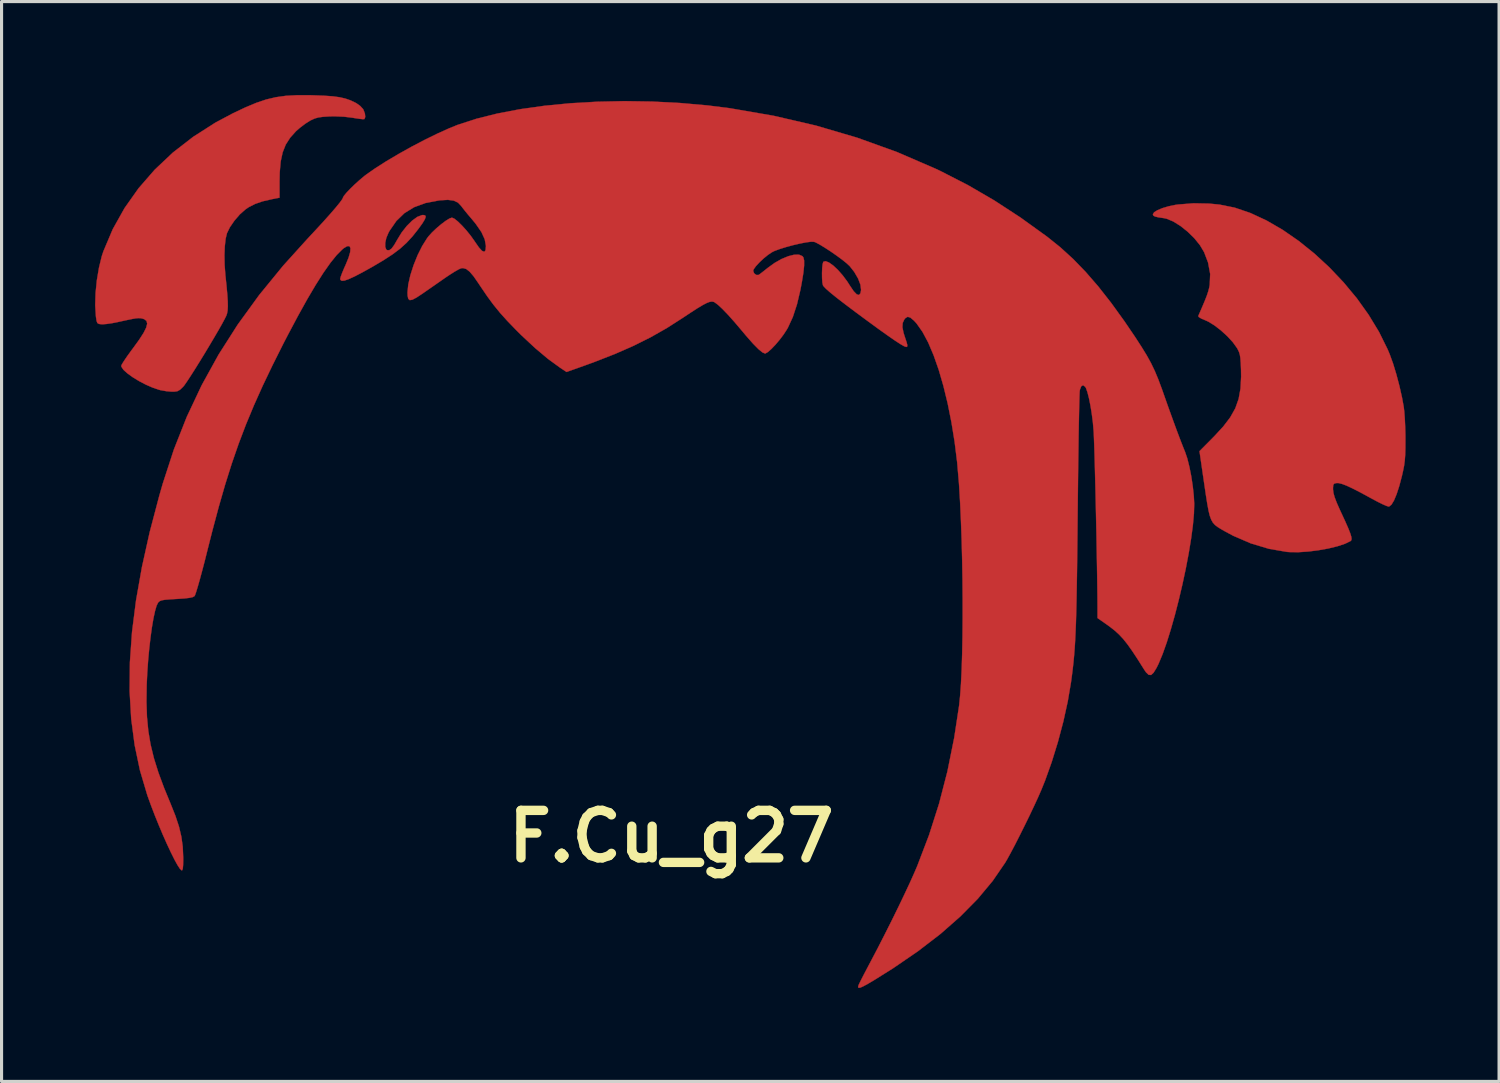
<source format=kicad_pcb>
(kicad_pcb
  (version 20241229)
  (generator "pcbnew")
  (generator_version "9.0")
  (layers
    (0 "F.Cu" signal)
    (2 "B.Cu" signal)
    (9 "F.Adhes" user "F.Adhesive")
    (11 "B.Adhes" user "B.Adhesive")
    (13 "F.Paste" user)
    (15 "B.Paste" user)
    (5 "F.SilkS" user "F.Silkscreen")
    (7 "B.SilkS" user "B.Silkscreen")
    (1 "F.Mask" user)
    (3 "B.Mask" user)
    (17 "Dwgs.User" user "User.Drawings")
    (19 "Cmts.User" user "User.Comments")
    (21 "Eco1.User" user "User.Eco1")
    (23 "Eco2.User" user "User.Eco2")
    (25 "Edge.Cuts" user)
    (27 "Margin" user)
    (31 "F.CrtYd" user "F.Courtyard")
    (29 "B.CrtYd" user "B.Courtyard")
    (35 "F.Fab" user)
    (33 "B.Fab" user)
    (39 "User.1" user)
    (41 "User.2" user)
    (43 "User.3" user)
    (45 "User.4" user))
  (footprint "F.Cu_g27"
    (layer "F.Cu")
    (at 18.493 23.788)
    (property "Reference" "F.Cu_g27" (at 0 0 0) (layer "F.SilkS") (effects (font (size 1.524 1.524) (thickness 0.3))))
    (attr through_hole)
    (fp_poly (pts (xy -11.598 -23.783) (xy -11.498 -23.78) (xy -11.152 -23.767) (xy -10.874 -23.748) (xy -10.65 -23.718) (xy -10.464 -23.676) (xy -10.299 -23.619) (xy -10.141 -23.544) (xy -10.103 -23.523) (xy -9.986 -23.439) (xy -9.896 -23.342) (xy -9.881 -23.318) (xy -9.834 -23.194) (xy -9.823 -23.085) (xy -9.849 -23.019) (xy -9.853 -23.016) (xy -9.907 -23.014) (xy -10.022 -23.027) (xy -10.176 -23.05) (xy -10.223 -23.059) (xy -10.502 -23.093) (xy -10.814 -23.106) (xy -10.967 -23.103) (xy -11.173 -23.09) (xy -11.323 -23.07) (xy -11.443 -23.036) (xy -11.563 -22.982) (xy -11.6 -22.962) (xy -11.754 -22.864) (xy -11.924 -22.734) (xy -12.047 -22.626) (xy -12.233 -22.418) (xy -12.374 -22.198) (xy -12.473 -21.949) (xy -12.536 -21.658) (xy -12.567 -21.311) (xy -12.573 -21.034) (xy -12.573 -20.495) (xy -12.816 -20.447) (xy -13.12 -20.377) (xy -13.361 -20.293) (xy -13.563 -20.189) (xy -13.667 -20.118) (xy -13.849 -19.957) (xy -14.023 -19.755) (xy -14.169 -19.541) (xy -14.26 -19.355) (xy -14.303 -19.176) (xy -14.33 -18.933) (xy -14.341 -18.645) (xy -14.335 -18.333) (xy -14.311 -18.015) (xy -14.311 -18.013) (xy -14.274 -17.662) (xy -14.249 -17.385) (xy -14.235 -17.169) (xy -14.232 -17.004) (xy -14.239 -16.879) (xy -14.256 -16.783) (xy -14.279 -16.713) (xy -14.332 -16.606) (xy -14.42 -16.442) (xy -14.537 -16.236) (xy -14.676 -15.998) (xy -14.829 -15.741) (xy -14.988 -15.476) (xy -15.147 -15.217) (xy -15.298 -14.975) (xy -15.434 -14.762) (xy -15.547 -14.59) (xy -15.63 -14.471) (xy -15.666 -14.428) (xy -15.767 -14.331) (xy -15.853 -14.284) (xy -15.962 -14.27) (xy -16.027 -14.27) (xy -16.204 -14.285) (xy -16.391 -14.318) (xy -16.437 -14.33) (xy -16.647 -14.401) (xy -16.868 -14.498) (xy -17.085 -14.612) (xy -17.286 -14.735) (xy -17.456 -14.858) (xy -17.581 -14.971) (xy -17.646 -15.067) (xy -17.653 -15.099) (xy -17.629 -15.153) (xy -17.561 -15.261) (xy -17.461 -15.409) (xy -17.335 -15.583) (xy -17.277 -15.661) (xy -17.078 -15.935) (xy -16.937 -16.154) (xy -16.852 -16.324) (xy -16.82 -16.45) (xy -16.841 -16.539) (xy -16.912 -16.595) (xy -16.979 -16.617) (xy -17.037 -16.627) (xy -17.098 -16.63) (xy -17.177 -16.624) (xy -17.288 -16.605) (xy -17.446 -16.573) (xy -17.667 -16.525) (xy -17.761 -16.504) (xy -17.95 -16.467) (xy -18.124 -16.442) (xy -18.256 -16.432) (xy -18.29 -16.433) (xy -18.371 -16.444) (xy -18.418 -16.472) (xy -18.444 -16.539) (xy -18.463 -16.664) (xy -18.467 -16.701) (xy -18.488 -17.044) (xy -18.476 -17.435) (xy -18.435 -17.846) (xy -18.367 -18.249) (xy -18.278 -18.615) (xy -18.225 -18.775) (xy -17.924 -19.486) (xy -17.546 -20.161) (xy -17.096 -20.798) (xy -16.577 -21.394) (xy -15.992 -21.946) (xy -15.342 -22.449) (xy -14.633 -22.902) (xy -14.076 -23.199) (xy -13.675 -23.389) (xy -13.324 -23.536) (xy -13.002 -23.645) (xy -12.688 -23.719) (xy -12.364 -23.764) (xy -12.007 -23.783) (xy -11.598 -23.783)) (stroke (width 0.01) (type solid)) (fill yes) (layer "F.Cu"))
    (fp_poly (pts (xy 17.255 -20.305) (xy 17.588 -20.273) (xy 18.076 -20.175) (xy 18.581 -20.003) (xy 19.098 -19.763) (xy 19.617 -19.462) (xy 20.131 -19.106) (xy 20.634 -18.702) (xy 21.117 -18.256) (xy 21.573 -17.775) (xy 21.996 -17.266) (xy 22.376 -16.734) (xy 22.708 -16.187) (xy 22.983 -15.63) (xy 23.051 -15.469) (xy 23.157 -15.177) (xy 23.263 -14.829) (xy 23.362 -14.454) (xy 23.446 -14.081) (xy 23.501 -13.78) (xy 23.52 -13.616) (xy 23.536 -13.392) (xy 23.548 -13.133) (xy 23.555 -12.863) (xy 23.555 -12.742) (xy 23.554 -12.461) (xy 23.548 -12.241) (xy 23.534 -12.06) (xy 23.512 -11.892) (xy 23.477 -11.716) (xy 23.443 -11.567) (xy 23.359 -11.247) (xy 23.273 -10.982) (xy 23.188 -10.778) (xy 23.107 -10.644) (xy 23.033 -10.585) (xy 23.018 -10.583) (xy 22.95 -10.603) (xy 22.826 -10.657) (xy 22.662 -10.738) (xy 22.475 -10.838) (xy 22.44 -10.857) (xy 22.122 -11.03) (xy 21.867 -11.161) (xy 21.668 -11.254) (xy 21.517 -11.311) (xy 21.406 -11.337) (xy 21.347 -11.338) (xy 21.275 -11.322) (xy 21.241 -11.281) (xy 21.232 -11.191) (xy 21.232 -11.132) (xy 21.245 -11.022) (xy 21.283 -10.885) (xy 21.351 -10.705) (xy 21.455 -10.47) (xy 21.492 -10.391) (xy 21.624 -10.106) (xy 21.721 -9.886) (xy 21.785 -9.724) (xy 21.819 -9.611) (xy 21.827 -9.536) (xy 21.811 -9.491) (xy 21.796 -9.478) (xy 21.617 -9.39) (xy 21.372 -9.309) (xy 21.081 -9.238) (xy 20.763 -9.181) (xy 20.438 -9.14) (xy 20.124 -9.119) (xy 19.842 -9.122) (xy 19.748 -9.129) (xy 19.174 -9.228) (xy 18.594 -9.402) (xy 18.029 -9.646) (xy 17.771 -9.784) (xy 17.637 -9.861) (xy 17.53 -9.927) (xy 17.444 -9.993) (xy 17.376 -10.069) (xy 17.322 -10.166) (xy 17.276 -10.292) (xy 17.236 -10.459) (xy 17.196 -10.677) (xy 17.152 -10.955) (xy 17.101 -11.303) (xy 17.084 -11.419) (xy 16.947 -12.361) (xy 17.419 -12.837) (xy 17.71 -13.152) (xy 17.934 -13.446) (xy 18.096 -13.735) (xy 18.203 -14.037) (xy 18.263 -14.37) (xy 18.283 -14.75) (xy 18.28 -14.967) (xy 18.271 -15.19) (xy 18.259 -15.349) (xy 18.24 -15.464) (xy 18.21 -15.556) (xy 18.166 -15.644) (xy 18.15 -15.671) (xy 18.019 -15.854) (xy 17.84 -16.049) (xy 17.634 -16.237) (xy 17.422 -16.4) (xy 17.225 -16.52) (xy 17.14 -16.558) (xy 17.009 -16.613) (xy 16.926 -16.664) (xy 16.907 -16.696) (xy 17.028 -16.973) (xy 17.118 -17.187) (xy 17.183 -17.353) (xy 17.227 -17.486) (xy 17.257 -17.6) (xy 17.275 -17.696) (xy 17.29 -18.048) (xy 17.222 -18.414) (xy 17.094 -18.749) (xy 16.961 -18.972) (xy 16.779 -19.196) (xy 16.564 -19.406) (xy 16.334 -19.589) (xy 16.104 -19.732) (xy 15.891 -19.82) (xy 15.807 -19.838) (xy 15.63 -19.864) (xy 15.523 -19.889) (xy 15.469 -19.918) (xy 15.452 -19.956) (xy 15.452 -19.963) (xy 15.491 -20.026) (xy 15.598 -20.093) (xy 15.757 -20.159) (xy 15.951 -20.217) (xy 16.164 -20.262) (xy 16.255 -20.275) (xy 16.758 -20.315) (xy 17.255 -20.305)) (stroke (width 0.01) (type solid)) (fill yes) (layer "F.Cu"))
    (fp_poly (pts (xy -0.613 -23.579) (xy 0.278 -23.533) (xy 1.162 -23.455) (xy 1.884 -23.364) (xy 3.28 -23.123) (xy 4.64 -22.808) (xy 5.96 -22.42) (xy 7.24 -21.959) (xy 8.476 -21.425) (xy 8.657 -21.339) (xy 9.517 -20.898) (xy 10.36 -20.408) (xy 11.202 -19.859) (xy 12.057 -19.243) (xy 12.481 -18.903) (xy 12.892 -18.528) (xy 13.296 -18.111) (xy 13.7 -17.645) (xy 14.112 -17.12) (xy 14.538 -16.53) (xy 14.883 -16.022) (xy 15.089 -15.704) (xy 15.256 -15.432) (xy 15.393 -15.183) (xy 15.512 -14.935) (xy 15.624 -14.667) (xy 15.74 -14.356) (xy 15.794 -14.203) (xy 15.944 -13.777) (xy 16.089 -13.376) (xy 16.223 -13.01) (xy 16.343 -12.693) (xy 16.443 -12.438) (xy 16.484 -12.339) (xy 16.555 -12.129) (xy 16.623 -11.858) (xy 16.684 -11.55) (xy 16.732 -11.228) (xy 16.765 -10.916) (xy 16.778 -10.673) (xy 16.769 -10.36) (xy 16.735 -9.983) (xy 16.678 -9.556) (xy 16.602 -9.091) (xy 16.509 -8.601) (xy 16.402 -8.099) (xy 16.284 -7.597) (xy 16.159 -7.109) (xy 16.028 -6.646) (xy 15.896 -6.223) (xy 15.764 -5.851) (xy 15.636 -5.544) (xy 15.569 -5.408) (xy 15.475 -5.254) (xy 15.394 -5.179) (xy 15.316 -5.184) (xy 15.23 -5.267) (xy 15.169 -5.357) (xy 14.963 -5.684) (xy 14.789 -5.948) (xy 14.638 -6.161) (xy 14.5 -6.334) (xy 14.365 -6.479) (xy 14.225 -6.606) (xy 14.069 -6.728) (xy 13.976 -6.795) (xy 13.675 -7.006) (xy 13.674 -7.408) (xy 13.672 -7.678) (xy 13.668 -8.004) (xy 13.663 -8.377) (xy 13.656 -8.788) (xy 13.648 -9.226) (xy 13.64 -9.682) (xy 13.63 -10.146) (xy 13.62 -10.608) (xy 13.61 -11.058) (xy 13.599 -11.487) (xy 13.589 -11.884) (xy 13.579 -12.241) (xy 13.569 -12.546) (xy 13.56 -12.791) (xy 13.553 -12.966) (xy 13.549 -13.019) (xy 13.526 -13.285) (xy 13.491 -13.556) (xy 13.449 -13.818) (xy 13.402 -14.054) (xy 13.353 -14.247) (xy 13.306 -14.381) (xy 13.281 -14.425) (xy 13.213 -14.476) (xy 13.155 -14.447) (xy 13.112 -14.339) (xy 13.104 -14.298) (xy 13.099 -14.229) (xy 13.094 -14.083) (xy 13.088 -13.864) (xy 13.082 -13.58) (xy 13.075 -13.237) (xy 13.068 -12.842) (xy 13.062 -12.4) (xy 13.055 -11.919) (xy 13.049 -11.405) (xy 13.043 -10.864) (xy 13.038 -10.393) (xy 13.031 -9.685) (xy 13.024 -9.055) (xy 13.017 -8.497) (xy 13.009 -8.004) (xy 13.001 -7.569) (xy 12.992 -7.185) (xy 12.982 -6.846) (xy 12.97 -6.546) (xy 12.957 -6.277) (xy 12.942 -6.033) (xy 12.924 -5.808) (xy 12.904 -5.595) (xy 12.881 -5.387) (xy 12.855 -5.177) (xy 12.826 -4.96) (xy 12.822 -4.932) (xy 12.72 -4.332) (xy 12.579 -3.69) (xy 12.405 -3.034) (xy 12.207 -2.392) (xy 11.992 -1.79) (xy 11.876 -1.503) (xy 11.771 -1.262) (xy 11.64 -0.978) (xy 11.492 -0.666) (xy 11.334 -0.343) (xy 11.175 -0.024) (xy 11.023 0.275) (xy 10.884 0.538) (xy 10.768 0.749) (xy 10.71 0.847) (xy 10.312 1.427) (xy 9.835 2) (xy 9.277 2.566) (xy 8.639 3.127) (xy 7.917 3.682) (xy 7.113 4.233) (xy 6.532 4.597) (xy 6.314 4.727) (xy 6.158 4.812) (xy 6.057 4.856) (xy 6.005 4.859) (xy 5.993 4.825) (xy 6.007 4.773) (xy 6.039 4.705) (xy 6.103 4.577) (xy 6.192 4.404) (xy 6.3 4.198) (xy 6.393 4.022) (xy 6.617 3.596) (xy 6.844 3.152) (xy 7.069 2.705) (xy 7.284 2.267) (xy 7.483 1.852) (xy 7.66 1.474) (xy 7.806 1.147) (xy 7.889 0.953) (xy 8.27 -0.046) (xy 8.591 -1.052) (xy 8.858 -2.084) (xy 9.075 -3.158) (xy 9.233 -4.195) (xy 9.265 -4.507) (xy 9.293 -4.894) (xy 9.315 -5.346) (xy 9.331 -5.852) (xy 9.342 -6.404) (xy 9.347 -6.991) (xy 9.347 -7.603) (xy 9.342 -8.231) (xy 9.331 -8.865) (xy 9.315 -9.494) (xy 9.293 -10.109) (xy 9.266 -10.701) (xy 9.233 -11.259) (xy 9.227 -11.345) (xy 9.17 -12.01) (xy 9.089 -12.661) (xy 8.987 -13.289) (xy 8.867 -13.889) (xy 8.73 -14.452) (xy 8.579 -14.972) (xy 8.415 -15.439) (xy 8.241 -15.848) (xy 8.058 -16.19) (xy 7.869 -16.458) (xy 7.786 -16.549) (xy 7.671 -16.646) (xy 7.584 -16.673) (xy 7.51 -16.63) (xy 7.474 -16.585) (xy 7.423 -16.474) (xy 7.414 -16.338) (xy 7.45 -16.159) (xy 7.493 -16.023) (xy 7.546 -15.864) (xy 7.571 -15.769) (xy 7.57 -15.722) (xy 7.545 -15.706) (xy 7.532 -15.706) (xy 7.469 -15.728) (xy 7.349 -15.797) (xy 7.171 -15.913) (xy 6.933 -16.078) (xy 6.633 -16.292) (xy 6.271 -16.557) (xy 5.915 -16.82) (xy 5.577 -17.074) (xy 5.306 -17.283) (xy 5.102 -17.448) (xy 4.961 -17.572) (xy 4.882 -17.655) (xy 4.864 -17.685) (xy 4.845 -17.777) (xy 4.836 -17.916) (xy 4.834 -18.077) (xy 4.84 -18.234) (xy 4.854 -18.361) (xy 4.874 -18.434) (xy 4.878 -18.438) (xy 4.951 -18.457) (xy 5.06 -18.413) (xy 5.195 -18.317) (xy 5.344 -18.177) (xy 5.498 -18.002) (xy 5.646 -17.803) (xy 5.729 -17.673) (xy 5.85 -17.494) (xy 5.947 -17.394) (xy 6.02 -17.372) (xy 6.068 -17.429) (xy 6.088 -17.533) (xy 6.068 -17.701) (xy 5.992 -17.901) (xy 5.869 -18.113) (xy 5.724 -18.297) (xy 5.628 -18.387) (xy 5.483 -18.504) (xy 5.306 -18.634) (xy 5.115 -18.767) (xy 4.927 -18.889) (xy 4.76 -18.991) (xy 4.631 -19.059) (xy 4.577 -19.079) (xy 4.48 -19.081) (xy 4.322 -19.061) (xy 4.123 -19.022) (xy 3.904 -18.971) (xy 3.683 -18.911) (xy 3.48 -18.848) (xy 3.314 -18.787) (xy 3.234 -18.748) (xy 3.103 -18.661) (xy 2.962 -18.547) (xy 2.827 -18.42) (xy 2.715 -18.299) (xy 2.643 -18.199) (xy 2.625 -18.147) (xy 2.656 -18.067) (xy 2.725 -18.015) (xy 2.8 -18.016) (xy 2.803 -18.018) (xy 2.862 -18.06) (xy 2.964 -18.139) (xy 3.088 -18.238) (xy 3.089 -18.239) (xy 3.312 -18.4) (xy 3.536 -18.527) (xy 3.75 -18.616) (xy 3.94 -18.664) (xy 4.096 -18.666) (xy 4.205 -18.619) (xy 4.236 -18.58) (xy 4.26 -18.481) (xy 4.26 -18.317) (xy 4.236 -18.083) (xy 4.186 -17.776) (xy 4.143 -17.547) (xy 4.031 -17.072) (xy 3.899 -16.669) (xy 3.743 -16.33) (xy 3.705 -16.263) (xy 3.6 -16.102) (xy 3.474 -15.935) (xy 3.339 -15.776) (xy 3.209 -15.64) (xy 3.098 -15.542) (xy 3.018 -15.496) (xy 3.006 -15.494) (xy 2.922 -15.53) (xy 2.793 -15.636) (xy 2.618 -15.814) (xy 2.398 -16.064) (xy 2.255 -16.235) (xy 2.026 -16.505) (xy 1.818 -16.738) (xy 1.637 -16.926) (xy 1.49 -17.062) (xy 1.385 -17.139) (xy 1.363 -17.15) (xy 1.304 -17.162) (xy 1.232 -17.152) (xy 1.136 -17.117) (xy 1.008 -17.05) (xy 0.839 -16.949) (xy 0.618 -16.806) (xy 0.359 -16.634) (xy -0.149 -16.309) (xy -0.669 -16.014) (xy -1.218 -15.74) (xy -1.813 -15.479) (xy -2.469 -15.223) (xy -2.718 -15.132) (xy -3.363 -14.902) (xy -3.576 -15.043) (xy -3.959 -15.322) (xy -4.375 -15.672) (xy -4.821 -16.088) (xy -4.996 -16.263) (xy -5.267 -16.544) (xy -5.497 -16.8) (xy -5.705 -17.055) (xy -5.909 -17.332) (xy -6.128 -17.654) (xy -6.195 -17.755) (xy -6.347 -17.974) (xy -6.474 -18.122) (xy -6.584 -18.207) (xy -6.686 -18.236) (xy -6.748 -18.229) (xy -6.827 -18.194) (xy -6.955 -18.121) (xy -7.113 -18.021) (xy -7.25 -17.929) (xy -7.457 -17.785) (xy -7.685 -17.626) (xy -7.898 -17.478) (xy -7.987 -17.416) (xy -8.175 -17.292) (xy -8.307 -17.222) (xy -8.393 -17.207) (xy -8.442 -17.249) (xy -8.463 -17.348) (xy -8.467 -17.456) (xy -8.442 -17.711) (xy -8.374 -18.01) (xy -8.271 -18.33) (xy -8.142 -18.65) (xy -7.994 -18.946) (xy -7.837 -19.196) (xy -7.793 -19.253) (xy -7.681 -19.378) (xy -7.54 -19.512) (xy -7.388 -19.641) (xy -7.243 -19.75) (xy -7.122 -19.825) (xy -7.042 -19.854) (xy -7.041 -19.854) (xy -6.965 -19.822) (xy -6.854 -19.734) (xy -6.72 -19.603) (xy -6.576 -19.444) (xy -6.436 -19.27) (xy -6.312 -19.095) (xy -6.305 -19.084) (xy -6.175 -18.897) (xy -6.076 -18.789) (xy -6.005 -18.758) (xy -5.964 -18.806) (xy -5.951 -18.931) (xy -5.951 -18.948) (xy -5.989 -19.16) (xy -6.096 -19.393) (xy -6.276 -19.654) (xy -6.393 -19.797) (xy -6.52 -19.946) (xy -6.636 -20.088) (xy -6.723 -20.199) (xy -6.741 -20.225) (xy -6.846 -20.336) (xy -6.984 -20.401) (xy -7.17 -20.425) (xy -7.417 -20.411) (xy -7.462 -20.406) (xy -7.891 -20.323) (xy -8.256 -20.189) (xy -8.565 -19.999) (xy -8.824 -19.748) (xy -9.043 -19.432) (xy -9.08 -19.364) (xy -9.147 -19.204) (xy -9.181 -19.048) (xy -9.182 -18.915) (xy -9.148 -18.829) (xy -9.122 -18.811) (xy -9.052 -18.809) (xy -8.978 -18.861) (xy -8.892 -18.978) (xy -8.798 -19.142) (xy -8.653 -19.379) (xy -8.488 -19.588) (xy -8.317 -19.759) (xy -8.151 -19.879) (xy -8.002 -19.936) (xy -7.964 -19.939) (xy -7.9 -19.926) (xy -7.882 -19.882) (xy -7.911 -19.8) (xy -7.99 -19.669) (xy -8.121 -19.488) (xy -8.308 -19.252) (xy -8.498 -19.046) (xy -8.706 -18.858) (xy -8.948 -18.676) (xy -9.238 -18.487) (xy -9.588 -18.28) (xy -9.906 -18.103) (xy -10.158 -17.971) (xy -10.35 -17.883) (xy -10.487 -17.835) (xy -10.575 -17.827) (xy -10.619 -17.857) (xy -10.626 -17.893) (xy -10.609 -17.96) (xy -10.563 -18.083) (xy -10.497 -18.241) (xy -10.453 -18.337) (xy -10.358 -18.569) (xy -10.306 -18.75) (xy -10.297 -18.875) (xy -10.33 -18.94) (xy -10.404 -18.939) (xy -10.518 -18.87) (xy -10.559 -18.835) (xy -10.74 -18.653) (xy -10.942 -18.403) (xy -11.166 -18.085) (xy -11.413 -17.696) (xy -11.686 -17.234) (xy -11.984 -16.697) (xy -12.31 -16.083) (xy -12.451 -15.811) (xy -12.799 -15.117) (xy -13.112 -14.463) (xy -13.394 -13.834) (xy -13.651 -13.216) (xy -13.887 -12.595) (xy -14.108 -11.957) (xy -14.319 -11.287) (xy -14.525 -10.571) (xy -14.732 -9.795) (xy -14.88 -9.211) (xy -14.969 -8.855) (xy -15.054 -8.531) (xy -15.13 -8.249) (xy -15.196 -8.017) (xy -15.249 -7.843) (xy -15.286 -7.738) (xy -15.301 -7.71) (xy -15.357 -7.678) (xy -15.462 -7.654) (xy -15.626 -7.635) (xy -15.862 -7.619) (xy -15.882 -7.618) (xy -16.102 -7.605) (xy -16.254 -7.592) (xy -16.354 -7.574) (xy -16.417 -7.549) (xy -16.459 -7.513) (xy -16.47 -7.501) (xy -16.519 -7.401) (xy -16.569 -7.228) (xy -16.62 -6.993) (xy -16.669 -6.705) (xy -16.714 -6.377) (xy -16.755 -6.02) (xy -16.79 -5.644) (xy -16.817 -5.261) (xy -16.835 -4.882) (xy -16.836 -4.84) (xy -16.843 -4.312) (xy -16.827 -3.832) (xy -16.784 -3.383) (xy -16.711 -2.947) (xy -16.604 -2.507) (xy -16.46 -2.047) (xy -16.275 -1.548) (xy -16.072 -1.055) (xy -15.914 -0.659) (xy -15.799 -0.311) (xy -15.723 0.013) (xy -15.679 0.334) (xy -15.664 0.676) (xy -15.663 0.729) (xy -15.667 0.918) (xy -15.677 1.034) (xy -15.697 1.087) (xy -15.716 1.091) (xy -15.769 1.041) (xy -15.847 0.922) (xy -15.945 0.744) (xy -16.058 0.517) (xy -16.183 0.251) (xy -16.314 -0.043) (xy -16.446 -0.356) (xy -16.576 -0.677) (xy -16.698 -0.995) (xy -16.809 -1.302) (xy -16.822 -1.341) (xy -17.052 -2.117) (xy -17.222 -2.927) (xy -17.333 -3.772) (xy -17.384 -4.657) (xy -17.375 -5.583) (xy -17.307 -6.554) (xy -17.178 -7.573) (xy -16.989 -8.641) (xy -16.74 -9.762) (xy -16.43 -10.938) (xy -16.319 -11.324) (xy -15.964 -12.413) (xy -15.55 -13.461) (xy -15.072 -14.475) (xy -14.528 -15.461) (xy -13.913 -16.425) (xy -13.224 -17.374) (xy -12.457 -18.312) (xy -11.689 -19.162) (xy -11.404 -19.468) (xy -11.151 -19.743) (xy -10.936 -19.984) (xy -10.763 -20.185) (xy -10.637 -20.34) (xy -10.561 -20.445) (xy -10.541 -20.489) (xy -10.511 -20.549) (xy -10.429 -20.649) (xy -10.308 -20.777) (xy -10.163 -20.918) (xy -10.006 -21.06) (xy -9.851 -21.19) (xy -9.796 -21.232) (xy -9.504 -21.437) (xy -9.151 -21.662) (xy -8.756 -21.896) (xy -8.337 -22.13) (xy -7.913 -22.352) (xy -7.503 -22.553) (xy -7.124 -22.724) (xy -6.858 -22.831) (xy -6.255 -23.027) (xy -5.582 -23.195) (xy -4.848 -23.335) (xy -4.063 -23.445) (xy -3.238 -23.525) (xy -2.381 -23.574) (xy -1.503 -23.593) (xy -0.613 -23.579)) (stroke (width 0.01) (type solid)) (fill yes) (layer "F.Cu")))
  (gr_rect
    (start -3 -3)
    (end 45.053 31.652)
    (stroke (width 0.1) (type default))
    (fill no)
    (layer "Edge.Cuts")))
</source>
